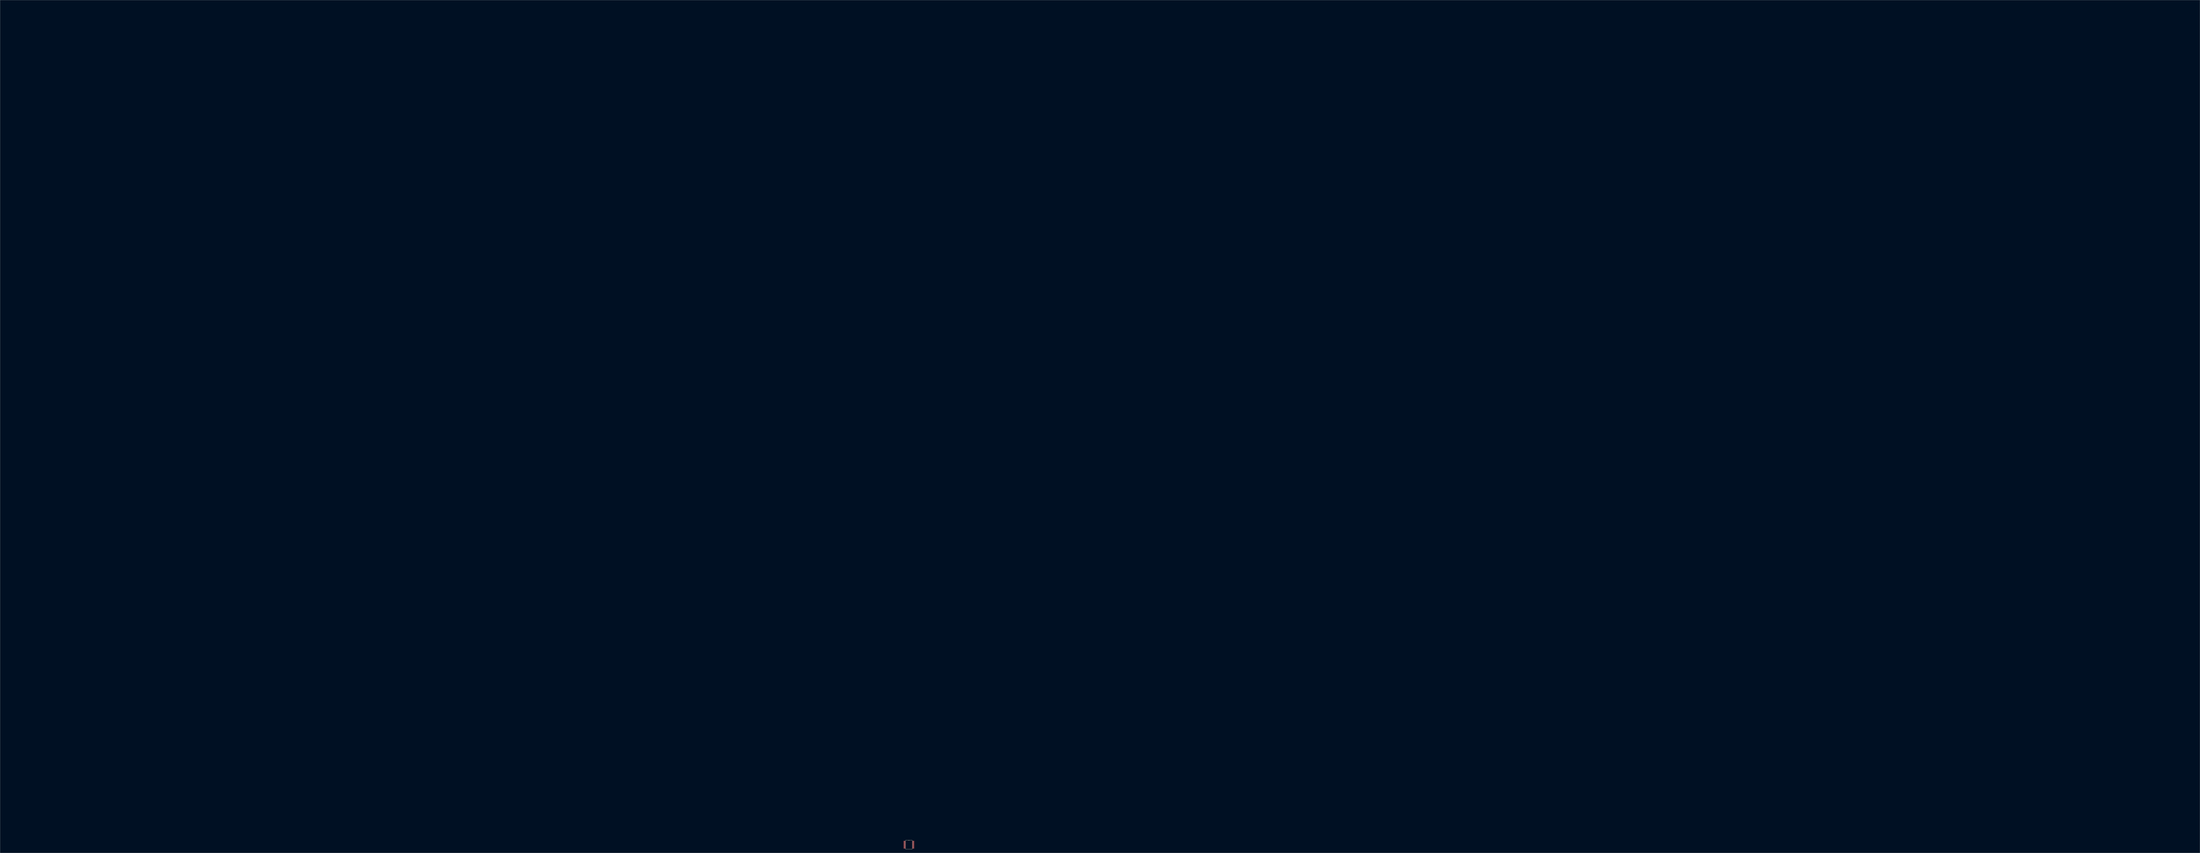
<source format=kicad_pcb>
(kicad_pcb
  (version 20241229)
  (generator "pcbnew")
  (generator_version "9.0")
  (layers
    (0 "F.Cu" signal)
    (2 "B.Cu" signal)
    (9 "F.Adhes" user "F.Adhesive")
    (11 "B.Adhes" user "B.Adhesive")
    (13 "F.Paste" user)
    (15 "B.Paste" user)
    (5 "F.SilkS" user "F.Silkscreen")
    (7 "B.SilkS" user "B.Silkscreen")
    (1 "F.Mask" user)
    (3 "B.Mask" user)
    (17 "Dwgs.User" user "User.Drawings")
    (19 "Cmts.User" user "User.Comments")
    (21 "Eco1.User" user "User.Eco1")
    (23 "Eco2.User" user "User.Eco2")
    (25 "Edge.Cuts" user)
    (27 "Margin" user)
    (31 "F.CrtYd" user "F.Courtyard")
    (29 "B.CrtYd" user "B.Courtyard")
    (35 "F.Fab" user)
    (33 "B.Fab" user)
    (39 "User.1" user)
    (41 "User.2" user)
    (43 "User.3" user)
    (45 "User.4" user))
  (footprint "SOP65P780X200-20N"
    (layer "F.Cu")
    (at 754.286 701.388)
    (property "Reference" "SOP65P780X200-20N" (at 159.228 -613.937 0) (layer "F.SilkS") (effects (font (size 149.04 149.04) (thickness 0.15))))
    (attr through_hole)
    (fp_line (start -2.794 -3.759) (end -2.794 -3.48) (stroke (width 0.152) (type solid)) (layer "F.SilkS"))
    (fp_line (start -2.794 3.48) (end -2.794 3.759) (stroke (width 0.152) (type solid)) (layer "F.SilkS"))
    (fp_line (start -2.794 3.759) (end 2.794 3.759) (stroke (width 0.152) (type solid)) (layer "F.SilkS"))
    (fp_line (start -0.305 -3.759) (end -2.794 -3.759) (stroke (width 0.152) (type solid)) (layer "F.SilkS"))
    (fp_line (start 0.305 -3.759) (end -0.305 -3.759) (stroke (width 0.152) (type solid)) (layer "F.SilkS"))
    (fp_line (start 2.794 -3.759) (end 0.305 -3.759) (stroke (width 0.152) (type solid)) (layer "F.SilkS"))
    (fp_line (start 2.794 -3.48) (end 2.794 -3.759) (stroke (width 0.152) (type solid)) (layer "F.SilkS"))
    (fp_line (start 2.794 3.759) (end 2.794 3.48) (stroke (width 0.152) (type solid)) (layer "F.SilkS"))
    (fp_arc (start 0.3048 -3.7592) (mid 0 -3.4544) (end -0.3048 -3.7592) (stroke (width 0.1524) (type solid)) (layer "F.SilkS"))
    (fp_line (start -4.089 -3.124) (end -4.089 -2.743) (stroke (width 0.1) (type solid)) (layer "F.Fab"))
    (fp_line (start -4.089 -2.743) (end -2.794 -2.743) (stroke (width 0.1) (type solid)) (layer "F.Fab"))
    (fp_line (start -4.089 -2.464) (end -4.089 -2.083) (stroke (width 0.1) (type solid)) (layer "F.Fab"))
    (fp_line (start -4.089 -2.083) (end -2.794 -2.083) (stroke (width 0.1) (type solid)) (layer "F.Fab"))
    (fp_line (start -4.089 -1.803) (end -4.089 -1.422) (stroke (width 0.1) (type solid)) (layer "F.Fab"))
    (fp_line (start -4.089 -1.422) (end -2.794 -1.422) (stroke (width 0.1) (type solid)) (layer "F.Fab"))
    (fp_line (start -4.089 -1.168) (end -4.089 -0.787) (stroke (width 0.1) (type solid)) (layer "F.Fab"))
    (fp_line (start -4.089 -0.787) (end -2.794 -0.787) (stroke (width 0.1) (type solid)) (layer "F.Fab"))
    (fp_line (start -4.089 -0.508) (end -4.089 -0.127) (stroke (width 0.1) (type solid)) (layer "F.Fab"))
    (fp_line (start -4.089 -0.127) (end -2.794 -0.127) (stroke (width 0.1) (type solid)) (layer "F.Fab"))
    (fp_line (start -4.089 0.127) (end -4.089 0.508) (stroke (width 0.1) (type solid)) (layer "F.Fab"))
    (fp_line (start -4.089 0.508) (end -2.794 0.508) (stroke (width 0.1) (type solid)) (layer "F.Fab"))
    (fp_line (start -4.089 0.787) (end -4.089 1.168) (stroke (width 0.1) (type solid)) (layer "F.Fab"))
    (fp_line (start -4.089 1.168) (end -2.794 1.168) (stroke (width 0.1) (type solid)) (layer "F.Fab"))
    (fp_line (start -4.089 1.422) (end -4.089 1.803) (stroke (width 0.1) (type solid)) (layer "F.Fab"))
    (fp_line (start -4.089 1.803) (end -2.794 1.803) (stroke (width 0.1) (type solid)) (layer "F.Fab"))
    (fp_line (start -4.089 2.083) (end -4.089 2.464) (stroke (width 0.1) (type solid)) (layer "F.Fab"))
    (fp_line (start -4.089 2.464) (end -2.794 2.464) (stroke (width 0.1) (type solid)) (layer "F.Fab"))
    (fp_line (start -4.089 2.743) (end -4.089 3.124) (stroke (width 0.1) (type solid)) (layer "F.Fab"))
    (fp_line (start -4.089 3.124) (end -2.794 3.124) (stroke (width 0.1) (type solid)) (layer "F.Fab"))
    (fp_line (start -2.794 -3.759) (end -2.794 3.759) (stroke (width 0.1) (type solid)) (layer "F.Fab"))
    (fp_line (start -2.794 -3.124) (end -4.089 -3.124) (stroke (width 0.1) (type solid)) (layer "F.Fab"))
    (fp_line (start -2.794 -2.743) (end -2.794 -3.124) (stroke (width 0.1) (type solid)) (layer "F.Fab"))
    (fp_line (start -2.794 -2.464) (end -4.089 -2.464) (stroke (width 0.1) (type solid)) (layer "F.Fab"))
    (fp_line (start -2.794 -2.083) (end -2.794 -2.464) (stroke (width 0.1) (type solid)) (layer "F.Fab"))
    (fp_line (start -2.794 -1.803) (end -4.089 -1.803) (stroke (width 0.1) (type solid)) (layer "F.Fab"))
    (fp_line (start -2.794 -1.422) (end -2.794 -1.803) (stroke (width 0.1) (type solid)) (layer "F.Fab"))
    (fp_line (start -2.794 -1.168) (end -4.089 -1.168) (stroke (width 0.1) (type solid)) (layer "F.Fab"))
    (fp_line (start -2.794 -0.787) (end -2.794 -1.168) (stroke (width 0.1) (type solid)) (layer "F.Fab"))
    (fp_line (start -2.794 -0.508) (end -4.089 -0.508) (stroke (width 0.1) (type solid)) (layer "F.Fab"))
    (fp_line (start -2.794 -0.127) (end -2.794 -0.508) (stroke (width 0.1) (type solid)) (layer "F.Fab"))
    (fp_line (start -2.794 0.127) (end -4.089 0.127) (stroke (width 0.1) (type solid)) (layer "F.Fab"))
    (fp_line (start -2.794 0.508) (end -2.794 0.127) (stroke (width 0.1) (type solid)) (layer "F.Fab"))
    (fp_line (start -2.794 0.787) (end -4.089 0.787) (stroke (width 0.1) (type solid)) (layer "F.Fab"))
    (fp_line (start -2.794 1.168) (end -2.794 0.787) (stroke (width 0.1) (type solid)) (layer "F.Fab"))
    (fp_line (start -2.794 1.422) (end -4.089 1.422) (stroke (width 0.1) (type solid)) (layer "F.Fab"))
    (fp_line (start -2.794 1.803) (end -2.794 1.422) (stroke (width 0.1) (type solid)) (layer "F.Fab"))
    (fp_line (start -2.794 2.083) (end -4.089 2.083) (stroke (width 0.1) (type solid)) (layer "F.Fab"))
    (fp_line (start -2.794 2.464) (end -2.794 2.083) (stroke (width 0.1) (type solid)) (layer "F.Fab"))
    (fp_line (start -2.794 2.743) (end -4.089 2.743) (stroke (width 0.1) (type solid)) (layer "F.Fab"))
    (fp_line (start -2.794 3.124) (end -2.794 2.743) (stroke (width 0.1) (type solid)) (layer "F.Fab"))
    (fp_line (start -2.794 3.759) (end 2.794 3.759) (stroke (width 0.1) (type solid)) (layer "F.Fab"))
    (fp_line (start -0.305 -3.759) (end -2.794 -3.759) (stroke (width 0.1) (type solid)) (layer "F.Fab"))
    (fp_line (start 0.305 -3.759) (end -0.305 -3.759) (stroke (width 0.1) (type solid)) (layer "F.Fab"))
    (fp_line (start 2.794 -3.759) (end 0.305 -3.759) (stroke (width 0.1) (type solid)) (layer "F.Fab"))
    (fp_line (start 2.794 -3.124) (end 2.794 -2.743) (stroke (width 0.1) (type solid)) (layer "F.Fab"))
    (fp_line (start 2.794 -2.743) (end 4.089 -2.743) (stroke (width 0.1) (type solid)) (layer "F.Fab"))
    (fp_line (start 2.794 -2.464) (end 2.794 -2.083) (stroke (width 0.1) (type solid)) (layer "F.Fab"))
    (fp_line (start 2.794 -2.083) (end 4.089 -2.083) (stroke (width 0.1) (type solid)) (layer "F.Fab"))
    (fp_line (start 2.794 -1.803) (end 2.794 -1.422) (stroke (width 0.1) (type solid)) (layer "F.Fab"))
    (fp_line (start 2.794 -1.422) (end 4.089 -1.422) (stroke (width 0.1) (type solid)) (layer "F.Fab"))
    (fp_line (start 2.794 -1.168) (end 2.794 -0.787) (stroke (width 0.1) (type solid)) (layer "F.Fab"))
    (fp_line (start 2.794 -0.787) (end 4.089 -0.787) (stroke (width 0.1) (type solid)) (layer "F.Fab"))
    (fp_line (start 2.794 -0.508) (end 2.794 -0.127) (stroke (width 0.1) (type solid)) (layer "F.Fab"))
    (fp_line (start 2.794 -0.127) (end 4.089 -0.127) (stroke (width 0.1) (type solid)) (layer "F.Fab"))
    (fp_line (start 2.794 0.127) (end 2.794 0.508) (stroke (width 0.1) (type solid)) (layer "F.Fab"))
    (fp_line (start 2.794 0.508) (end 4.089 0.508) (stroke (width 0.1) (type solid)) (layer "F.Fab"))
    (fp_line (start 2.794 0.787) (end 2.794 1.168) (stroke (width 0.1) (type solid)) (layer "F.Fab"))
    (fp_line (start 2.794 1.168) (end 4.089 1.168) (stroke (width 0.1) (type solid)) (layer "F.Fab"))
    (fp_line (start 2.794 1.422) (end 2.794 1.803) (stroke (width 0.1) (type solid)) (layer "F.Fab"))
    (fp_line (start 2.794 1.803) (end 4.089 1.803) (stroke (width 0.1) (type solid)) (layer "F.Fab"))
    (fp_line (start 2.794 2.083) (end 2.794 2.464) (stroke (width 0.1) (type solid)) (layer "F.Fab"))
    (fp_line (start 2.794 2.464) (end 4.089 2.464) (stroke (width 0.1) (type solid)) (layer "F.Fab"))
    (fp_line (start 2.794 2.743) (end 2.794 3.124) (stroke (width 0.1) (type solid)) (layer "F.Fab"))
    (fp_line (start 2.794 3.124) (end 4.089 3.124) (stroke (width 0.1) (type solid)) (layer "F.Fab"))
    (fp_line (start 2.794 3.759) (end 2.794 -3.759) (stroke (width 0.1) (type solid)) (layer "F.Fab"))
    (fp_line (start 4.089 -3.124) (end 2.794 -3.124) (stroke (width 0.1) (type solid)) (layer "F.Fab"))
    (fp_line (start 4.089 -2.743) (end 4.089 -3.124) (stroke (width 0.1) (type solid)) (layer "F.Fab"))
    (fp_line (start 4.089 -2.464) (end 2.794 -2.464) (stroke (width 0.1) (type solid)) (layer "F.Fab"))
    (fp_line (start 4.089 -2.083) (end 4.089 -2.464) (stroke (width 0.1) (type solid)) (layer "F.Fab"))
    (fp_line (start 4.089 -1.803) (end 2.794 -1.803) (stroke (width 0.1) (type solid)) (layer "F.Fab"))
    (fp_line (start 4.089 -1.422) (end 4.089 -1.803) (stroke (width 0.1) (type solid)) (layer "F.Fab"))
    (fp_line (start 4.089 -1.168) (end 2.794 -1.168) (stroke (width 0.1) (type solid)) (layer "F.Fab"))
    (fp_line (start 4.089 -0.787) (end 4.089 -1.168) (stroke (width 0.1) (type solid)) (layer "F.Fab"))
    (fp_line (start 4.089 -0.508) (end 2.794 -0.508) (stroke (width 0.1) (type solid)) (layer "F.Fab"))
    (fp_line (start 4.089 -0.127) (end 4.089 -0.508) (stroke (width 0.1) (type solid)) (layer "F.Fab"))
    (fp_line (start 4.089 0.127) (end 2.794 0.127) (stroke (width 0.1) (type solid)) (layer "F.Fab"))
    (fp_line (start 4.089 0.508) (end 4.089 0.127) (stroke (width 0.1) (type solid)) (layer "F.Fab"))
    (fp_line (start 4.089 0.787) (end 2.794 0.787) (stroke (width 0.1) (type solid)) (layer "F.Fab"))
    (fp_line (start 4.089 1.168) (end 4.089 0.787) (stroke (width 0.1) (type solid)) (layer "F.Fab"))
    (fp_line (start 4.089 1.422) (end 2.794 1.422) (stroke (width 0.1) (type solid)) (layer "F.Fab"))
    (fp_line (start 4.089 1.803) (end 4.089 1.422) (stroke (width 0.1) (type solid)) (layer "F.Fab"))
    (fp_line (start 4.089 2.083) (end 2.794 2.083) (stroke (width 0.1) (type solid)) (layer "F.Fab"))
    (fp_line (start 4.089 2.464) (end 4.089 2.083) (stroke (width 0.1) (type solid)) (layer "F.Fab"))
    (fp_line (start 4.089 2.743) (end 2.794 2.743) (stroke (width 0.1) (type solid)) (layer "F.Fab"))
    (fp_line (start 4.089 3.124) (end 4.089 2.743) (stroke (width 0.1) (type solid)) (layer "F.Fab"))
    (fp_arc (start 0.3048 -3.7592) (mid 0 -3.4544) (end -0.3048 -3.7592) (stroke (width 0.1) (type solid)) (layer "F.Fab"))
    (pad "1" smd rect (at -3.632 -2.921) (size 1.651 0.432) (layers "F.Cu" "F.Mask" "F.Paste"))
    (pad "2" smd rect (at -3.632 -2.286) (size 1.651 0.432) (layers "F.Cu" "F.Mask" "F.Paste"))
    (pad "3" smd rect (at -3.632 -1.626) (size 1.651 0.432) (layers "F.Cu" "F.Mask" "F.Paste"))
    (pad "4" smd rect (at -3.632 -0.965) (size 1.651 0.432) (layers "F.Cu" "F.Mask" "F.Paste"))
    (pad "5" smd rect (at -3.632 -0.33) (size 1.651 0.432) (layers "F.Cu" "F.Mask" "F.Paste"))
    (pad "6" smd rect (at -3.632 0.33) (size 1.651 0.432) (layers "F.Cu" "F.Mask" "F.Paste"))
    (pad "7" smd rect (at -3.632 0.965) (size 1.651 0.432) (layers "F.Cu" "F.Mask" "F.Paste"))
    (pad "8" smd rect (at -3.632 1.626) (size 1.651 0.432) (layers "F.Cu" "F.Mask" "F.Paste"))
    (pad "9" smd rect (at -3.632 2.286) (size 1.651 0.432) (layers "F.Cu" "F.Mask" "F.Paste"))
    (pad "10" smd rect (at -3.632 2.921) (size 1.651 0.432) (layers "F.Cu" "F.Mask" "F.Paste"))
    (pad "11" smd rect (at 3.632 2.921) (size 1.651 0.432) (layers "F.Cu" "F.Mask" "F.Paste"))
    (pad "12" smd rect (at 3.632 2.286) (size 1.651 0.432) (layers "F.Cu" "F.Mask" "F.Paste"))
    (pad "13" smd rect (at 3.632 1.626) (size 1.651 0.432) (layers "F.Cu" "F.Mask" "F.Paste"))
    (pad "14" smd rect (at 3.632 0.965) (size 1.651 0.432) (layers "F.Cu" "F.Mask" "F.Paste"))
    (pad "15" smd rect (at 3.632 0.33) (size 1.651 0.432) (layers "F.Cu" "F.Mask" "F.Paste"))
    (pad "16" smd rect (at 3.632 -0.33) (size 1.651 0.432) (layers "F.Cu" "F.Mask" "F.Paste"))
    (pad "17" smd rect (at 3.632 -0.965) (size 1.651 0.432) (layers "F.Cu" "F.Mask" "F.Paste"))
    (pad "18" smd rect (at 3.632 -1.626) (size 1.651 0.432) (layers "F.Cu" "F.Mask" "F.Paste"))
    (pad "19" smd rect (at 3.632 -2.286) (size 1.651 0.432) (layers "F.Cu" "F.Mask" "F.Paste"))
    (pad "20" smd rect (at 3.632 -2.921) (size 1.651 0.432) (layers "F.Cu" "F.Mask" "F.Paste")))
  (gr_rect
    (start -3 -3)
    (end 1830.028 708.224)
    (stroke (width 0.1) (type default))
    (fill no)
    (layer "Edge.Cuts")))
</source>
